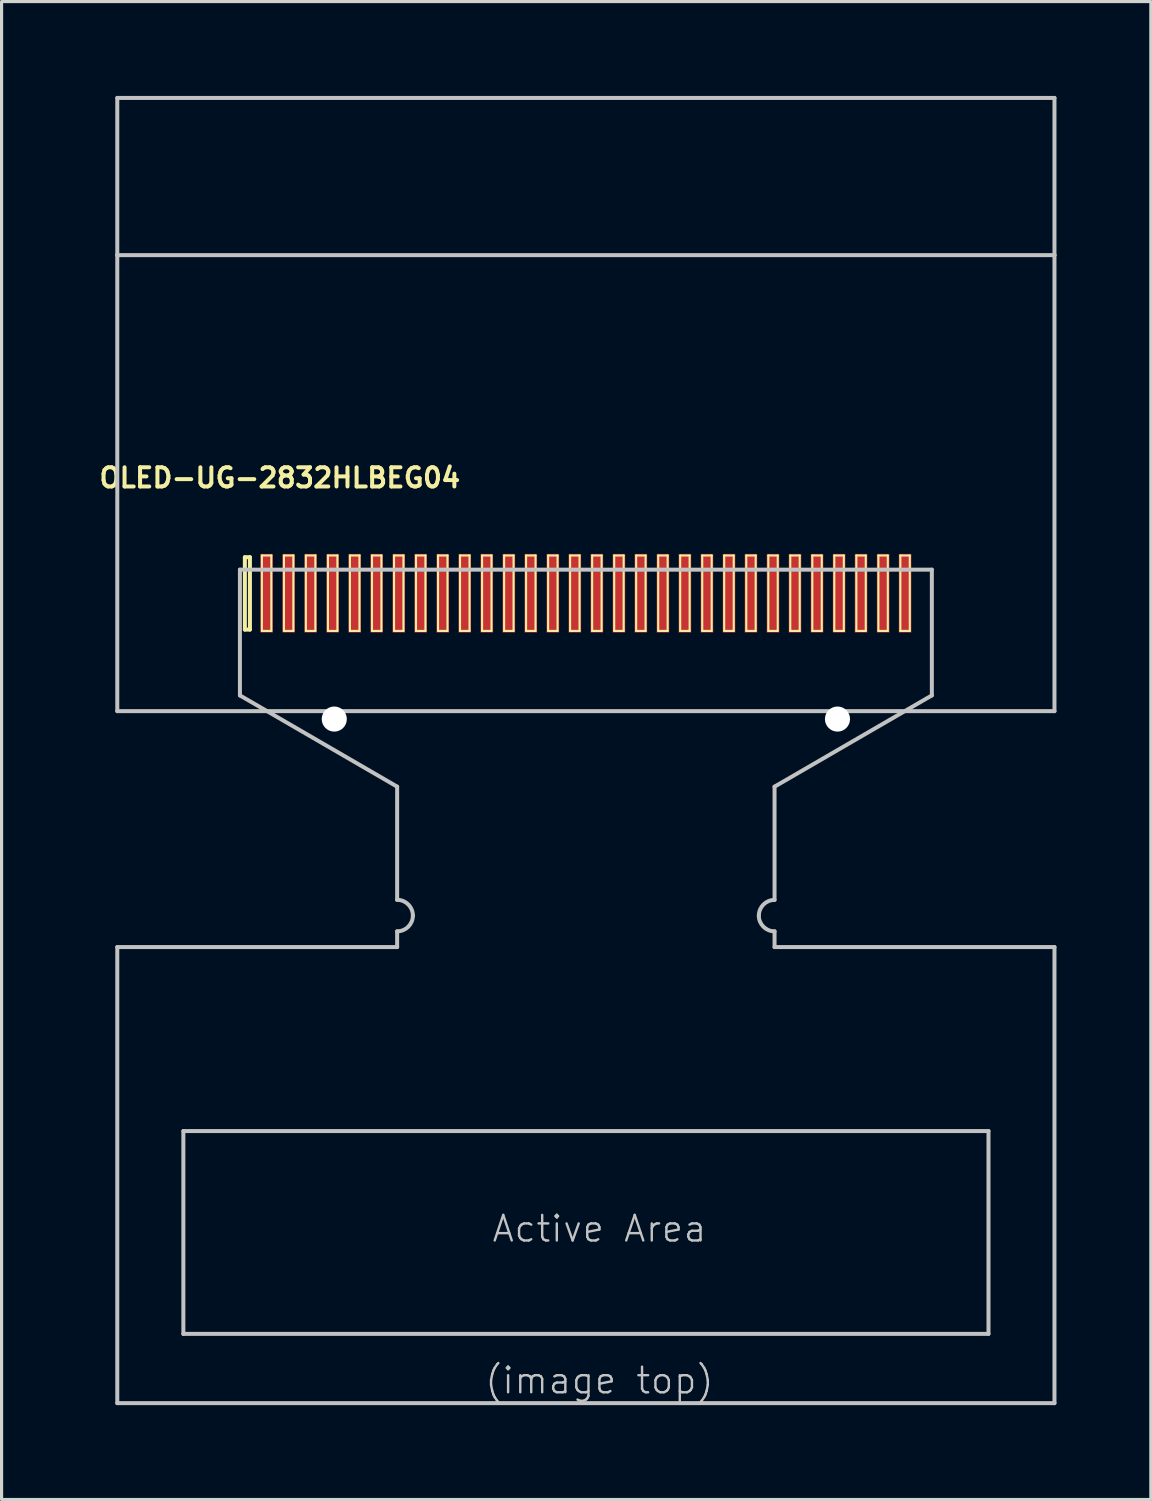
<source format=kicad_pcb>
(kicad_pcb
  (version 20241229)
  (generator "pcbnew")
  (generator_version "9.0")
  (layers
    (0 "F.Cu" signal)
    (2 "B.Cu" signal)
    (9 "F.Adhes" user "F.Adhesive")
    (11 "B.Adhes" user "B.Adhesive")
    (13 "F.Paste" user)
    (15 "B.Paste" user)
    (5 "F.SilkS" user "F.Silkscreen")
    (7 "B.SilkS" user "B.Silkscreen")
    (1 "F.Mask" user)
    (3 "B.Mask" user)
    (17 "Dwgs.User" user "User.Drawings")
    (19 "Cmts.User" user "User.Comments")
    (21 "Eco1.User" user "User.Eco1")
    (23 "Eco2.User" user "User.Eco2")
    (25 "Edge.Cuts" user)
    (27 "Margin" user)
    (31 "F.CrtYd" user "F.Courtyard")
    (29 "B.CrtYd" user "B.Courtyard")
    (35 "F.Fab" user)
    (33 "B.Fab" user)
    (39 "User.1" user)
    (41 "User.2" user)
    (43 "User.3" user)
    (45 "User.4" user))
  (footprint "OLED-UG-2832HLBEG04"
    (layer "F.Cu")
    (at 4.578 15.062)
    (property "Reference" "OLED-UG-2832HLBEG04" (at 1.27 -2.921 0) (layer "F.SilkS") (effects (font (size 0.61 0.61) (thickness 0.127))))
    (attr smd)
    (fp_line (start 0.157 -0.396) (end 0.157 1.905) (stroke (width 0.127) (type solid)) (layer "F.SilkS"))
    (fp_line (start 0.157 1.905) (end 0.318 1.905) (stroke (width 0.127) (type solid)) (layer "F.SilkS"))
    (fp_line (start 0.318 -0.396) (end 0.157 -0.396) (stroke (width 0.127) (type solid)) (layer "F.SilkS"))
    (fp_line (start 0.318 1.905) (end 0.318 -0.396) (stroke (width 0.127) (type solid)) (layer "F.SilkS"))
    (fp_line (start 0.699 -0.45) (end 0.998 -0.45) (stroke (width 0.066) (type solid)) (layer "F.SilkS"))
    (fp_line (start 0.699 1.948) (end 0.699 -0.45) (stroke (width 0.066) (type solid)) (layer "F.SilkS"))
    (fp_line (start 0.699 1.948) (end 0.998 1.948) (stroke (width 0.066) (type solid)) (layer "F.SilkS"))
    (fp_line (start 0.998 1.948) (end 0.998 -0.45) (stroke (width 0.066) (type solid)) (layer "F.SilkS"))
    (fp_line (start 1.4 -0.45) (end 1.699 -0.45) (stroke (width 0.066) (type solid)) (layer "F.SilkS"))
    (fp_line (start 1.4 1.948) (end 1.4 -0.45) (stroke (width 0.066) (type solid)) (layer "F.SilkS"))
    (fp_line (start 1.4 1.948) (end 1.699 1.948) (stroke (width 0.066) (type solid)) (layer "F.SilkS"))
    (fp_line (start 1.699 1.948) (end 1.699 -0.45) (stroke (width 0.066) (type solid)) (layer "F.SilkS"))
    (fp_line (start 2.098 -0.45) (end 2.398 -0.45) (stroke (width 0.066) (type solid)) (layer "F.SilkS"))
    (fp_line (start 2.098 1.948) (end 2.098 -0.45) (stroke (width 0.066) (type solid)) (layer "F.SilkS"))
    (fp_line (start 2.098 1.948) (end 2.398 1.948) (stroke (width 0.066) (type solid)) (layer "F.SilkS"))
    (fp_line (start 2.398 1.948) (end 2.398 -0.45) (stroke (width 0.066) (type solid)) (layer "F.SilkS"))
    (fp_line (start 2.799 -0.45) (end 3.099 -0.45) (stroke (width 0.066) (type solid)) (layer "F.SilkS"))
    (fp_line (start 2.799 1.948) (end 2.799 -0.45) (stroke (width 0.066) (type solid)) (layer "F.SilkS"))
    (fp_line (start 2.799 1.948) (end 3.099 1.948) (stroke (width 0.066) (type solid)) (layer "F.SilkS"))
    (fp_line (start 3.099 1.948) (end 3.099 -0.45) (stroke (width 0.066) (type solid)) (layer "F.SilkS"))
    (fp_line (start 3.498 -0.45) (end 3.8 -0.45) (stroke (width 0.066) (type solid)) (layer "F.SilkS"))
    (fp_line (start 3.498 1.948) (end 3.498 -0.45) (stroke (width 0.066) (type solid)) (layer "F.SilkS"))
    (fp_line (start 3.498 1.948) (end 3.8 1.948) (stroke (width 0.066) (type solid)) (layer "F.SilkS"))
    (fp_line (start 3.8 1.948) (end 3.8 -0.45) (stroke (width 0.066) (type solid)) (layer "F.SilkS"))
    (fp_line (start 4.199 -0.45) (end 4.498 -0.45) (stroke (width 0.066) (type solid)) (layer "F.SilkS"))
    (fp_line (start 4.199 1.948) (end 4.199 -0.45) (stroke (width 0.066) (type solid)) (layer "F.SilkS"))
    (fp_line (start 4.199 1.948) (end 4.498 1.948) (stroke (width 0.066) (type solid)) (layer "F.SilkS"))
    (fp_line (start 4.498 1.948) (end 4.498 -0.45) (stroke (width 0.066) (type solid)) (layer "F.SilkS"))
    (fp_line (start 4.9 -0.45) (end 5.199 -0.45) (stroke (width 0.066) (type solid)) (layer "F.SilkS"))
    (fp_line (start 4.9 1.948) (end 4.9 -0.45) (stroke (width 0.066) (type solid)) (layer "F.SilkS"))
    (fp_line (start 4.9 1.948) (end 5.199 1.948) (stroke (width 0.066) (type solid)) (layer "F.SilkS"))
    (fp_line (start 5.199 1.948) (end 5.199 -0.45) (stroke (width 0.066) (type solid)) (layer "F.SilkS"))
    (fp_line (start 5.598 -0.45) (end 5.898 -0.45) (stroke (width 0.066) (type solid)) (layer "F.SilkS"))
    (fp_line (start 5.598 1.948) (end 5.598 -0.45) (stroke (width 0.066) (type solid)) (layer "F.SilkS"))
    (fp_line (start 5.598 1.948) (end 5.898 1.948) (stroke (width 0.066) (type solid)) (layer "F.SilkS"))
    (fp_line (start 5.898 1.948) (end 5.898 -0.45) (stroke (width 0.066) (type solid)) (layer "F.SilkS"))
    (fp_line (start 6.299 -0.45) (end 6.599 -0.45) (stroke (width 0.066) (type solid)) (layer "F.SilkS"))
    (fp_line (start 6.299 1.948) (end 6.299 -0.45) (stroke (width 0.066) (type solid)) (layer "F.SilkS"))
    (fp_line (start 6.299 1.948) (end 6.599 1.948) (stroke (width 0.066) (type solid)) (layer "F.SilkS"))
    (fp_line (start 6.599 1.948) (end 6.599 -0.45) (stroke (width 0.066) (type solid)) (layer "F.SilkS"))
    (fp_line (start 6.998 -0.45) (end 7.3 -0.45) (stroke (width 0.066) (type solid)) (layer "F.SilkS"))
    (fp_line (start 6.998 1.948) (end 6.998 -0.45) (stroke (width 0.066) (type solid)) (layer "F.SilkS"))
    (fp_line (start 6.998 1.948) (end 7.3 1.948) (stroke (width 0.066) (type solid)) (layer "F.SilkS"))
    (fp_line (start 7.3 1.948) (end 7.3 -0.45) (stroke (width 0.066) (type solid)) (layer "F.SilkS"))
    (fp_line (start 7.699 -0.45) (end 7.998 -0.45) (stroke (width 0.066) (type solid)) (layer "F.SilkS"))
    (fp_line (start 7.699 1.948) (end 7.699 -0.45) (stroke (width 0.066) (type solid)) (layer "F.SilkS"))
    (fp_line (start 7.699 1.948) (end 7.998 1.948) (stroke (width 0.066) (type solid)) (layer "F.SilkS"))
    (fp_line (start 7.998 1.948) (end 7.998 -0.45) (stroke (width 0.066) (type solid)) (layer "F.SilkS"))
    (fp_line (start 8.4 -0.45) (end 8.7 -0.45) (stroke (width 0.066) (type solid)) (layer "F.SilkS"))
    (fp_line (start 8.4 1.948) (end 8.4 -0.45) (stroke (width 0.066) (type solid)) (layer "F.SilkS"))
    (fp_line (start 8.4 1.948) (end 8.7 1.948) (stroke (width 0.066) (type solid)) (layer "F.SilkS"))
    (fp_line (start 8.7 1.948) (end 8.7 -0.45) (stroke (width 0.066) (type solid)) (layer "F.SilkS"))
    (fp_line (start 9.098 -0.45) (end 9.398 -0.45) (stroke (width 0.066) (type solid)) (layer "F.SilkS"))
    (fp_line (start 9.098 1.948) (end 9.098 -0.45) (stroke (width 0.066) (type solid)) (layer "F.SilkS"))
    (fp_line (start 9.098 1.948) (end 9.398 1.948) (stroke (width 0.066) (type solid)) (layer "F.SilkS"))
    (fp_line (start 9.398 1.948) (end 9.398 -0.45) (stroke (width 0.066) (type solid)) (layer "F.SilkS"))
    (fp_line (start 9.799 -0.45) (end 10.099 -0.45) (stroke (width 0.066) (type solid)) (layer "F.SilkS"))
    (fp_line (start 9.799 1.948) (end 9.799 -0.45) (stroke (width 0.066) (type solid)) (layer "F.SilkS"))
    (fp_line (start 9.799 1.948) (end 10.099 1.948) (stroke (width 0.066) (type solid)) (layer "F.SilkS"))
    (fp_line (start 10.099 1.948) (end 10.099 -0.45) (stroke (width 0.066) (type solid)) (layer "F.SilkS"))
    (fp_line (start 10.498 -0.45) (end 10.798 -0.45) (stroke (width 0.066) (type solid)) (layer "F.SilkS"))
    (fp_line (start 10.498 1.948) (end 10.498 -0.45) (stroke (width 0.066) (type solid)) (layer "F.SilkS"))
    (fp_line (start 10.498 1.948) (end 10.798 1.948) (stroke (width 0.066) (type solid)) (layer "F.SilkS"))
    (fp_line (start 10.798 1.948) (end 10.798 -0.45) (stroke (width 0.066) (type solid)) (layer "F.SilkS"))
    (fp_line (start 11.199 -0.45) (end 11.499 -0.45) (stroke (width 0.066) (type solid)) (layer "F.SilkS"))
    (fp_line (start 11.199 1.948) (end 11.199 -0.45) (stroke (width 0.066) (type solid)) (layer "F.SilkS"))
    (fp_line (start 11.199 1.948) (end 11.499 1.948) (stroke (width 0.066) (type solid)) (layer "F.SilkS"))
    (fp_line (start 11.499 1.948) (end 11.499 -0.45) (stroke (width 0.066) (type solid)) (layer "F.SilkS"))
    (fp_line (start 11.9 -0.45) (end 12.2 -0.45) (stroke (width 0.066) (type solid)) (layer "F.SilkS"))
    (fp_line (start 11.9 1.948) (end 11.9 -0.45) (stroke (width 0.066) (type solid)) (layer "F.SilkS"))
    (fp_line (start 11.9 1.948) (end 12.2 1.948) (stroke (width 0.066) (type solid)) (layer "F.SilkS"))
    (fp_line (start 12.2 1.948) (end 12.2 -0.45) (stroke (width 0.066) (type solid)) (layer "F.SilkS"))
    (fp_line (start 12.598 -0.45) (end 12.898 -0.45) (stroke (width 0.066) (type solid)) (layer "F.SilkS"))
    (fp_line (start 12.598 1.948) (end 12.598 -0.45) (stroke (width 0.066) (type solid)) (layer "F.SilkS"))
    (fp_line (start 12.598 1.948) (end 12.898 1.948) (stroke (width 0.066) (type solid)) (layer "F.SilkS"))
    (fp_line (start 12.898 1.948) (end 12.898 -0.45) (stroke (width 0.066) (type solid)) (layer "F.SilkS"))
    (fp_line (start 13.299 -0.45) (end 13.599 -0.45) (stroke (width 0.066) (type solid)) (layer "F.SilkS"))
    (fp_line (start 13.299 1.948) (end 13.299 -0.45) (stroke (width 0.066) (type solid)) (layer "F.SilkS"))
    (fp_line (start 13.299 1.948) (end 13.599 1.948) (stroke (width 0.066) (type solid)) (layer "F.SilkS"))
    (fp_line (start 13.599 1.948) (end 13.599 -0.45) (stroke (width 0.066) (type solid)) (layer "F.SilkS"))
    (fp_line (start 13.998 -0.45) (end 14.298 -0.45) (stroke (width 0.066) (type solid)) (layer "F.SilkS"))
    (fp_line (start 13.998 1.948) (end 13.998 -0.45) (stroke (width 0.066) (type solid)) (layer "F.SilkS"))
    (fp_line (start 13.998 1.948) (end 14.298 1.948) (stroke (width 0.066) (type solid)) (layer "F.SilkS"))
    (fp_line (start 14.298 1.948) (end 14.298 -0.45) (stroke (width 0.066) (type solid)) (layer "F.SilkS"))
    (fp_line (start 14.699 -0.45) (end 14.999 -0.45) (stroke (width 0.066) (type solid)) (layer "F.SilkS"))
    (fp_line (start 14.699 1.948) (end 14.699 -0.45) (stroke (width 0.066) (type solid)) (layer "F.SilkS"))
    (fp_line (start 14.699 1.948) (end 14.999 1.948) (stroke (width 0.066) (type solid)) (layer "F.SilkS"))
    (fp_line (start 14.999 1.948) (end 14.999 -0.45) (stroke (width 0.066) (type solid)) (layer "F.SilkS"))
    (fp_line (start 15.397 -0.45) (end 15.7 -0.45) (stroke (width 0.066) (type solid)) (layer "F.SilkS"))
    (fp_line (start 15.397 1.948) (end 15.397 -0.45) (stroke (width 0.066) (type solid)) (layer "F.SilkS"))
    (fp_line (start 15.397 1.948) (end 15.7 1.948) (stroke (width 0.066) (type solid)) (layer "F.SilkS"))
    (fp_line (start 15.7 1.948) (end 15.7 -0.45) (stroke (width 0.066) (type solid)) (layer "F.SilkS"))
    (fp_line (start 16.099 -0.45) (end 16.398 -0.45) (stroke (width 0.066) (type solid)) (layer "F.SilkS"))
    (fp_line (start 16.099 1.948) (end 16.099 -0.45) (stroke (width 0.066) (type solid)) (layer "F.SilkS"))
    (fp_line (start 16.099 1.948) (end 16.398 1.948) (stroke (width 0.066) (type solid)) (layer "F.SilkS"))
    (fp_line (start 16.398 1.948) (end 16.398 -0.45) (stroke (width 0.066) (type solid)) (layer "F.SilkS"))
    (fp_line (start 16.8 -0.45) (end 17.099 -0.45) (stroke (width 0.066) (type solid)) (layer "F.SilkS"))
    (fp_line (start 16.8 1.948) (end 16.8 -0.45) (stroke (width 0.066) (type solid)) (layer "F.SilkS"))
    (fp_line (start 16.8 1.948) (end 17.099 1.948) (stroke (width 0.066) (type solid)) (layer "F.SilkS"))
    (fp_line (start 17.099 1.948) (end 17.099 -0.45) (stroke (width 0.066) (type solid)) (layer "F.SilkS"))
    (fp_line (start 17.498 -0.45) (end 17.798 -0.45) (stroke (width 0.066) (type solid)) (layer "F.SilkS"))
    (fp_line (start 17.498 1.948) (end 17.498 -0.45) (stroke (width 0.066) (type solid)) (layer "F.SilkS"))
    (fp_line (start 17.498 1.948) (end 17.798 1.948) (stroke (width 0.066) (type solid)) (layer "F.SilkS"))
    (fp_line (start 17.798 1.948) (end 17.798 -0.45) (stroke (width 0.066) (type solid)) (layer "F.SilkS"))
    (fp_line (start 18.199 -0.45) (end 18.499 -0.45) (stroke (width 0.066) (type solid)) (layer "F.SilkS"))
    (fp_line (start 18.199 1.948) (end 18.199 -0.45) (stroke (width 0.066) (type solid)) (layer "F.SilkS"))
    (fp_line (start 18.199 1.948) (end 18.499 1.948) (stroke (width 0.066) (type solid)) (layer "F.SilkS"))
    (fp_line (start 18.499 1.948) (end 18.499 -0.45) (stroke (width 0.066) (type solid)) (layer "F.SilkS"))
    (fp_line (start 18.898 -0.45) (end 19.2 -0.45) (stroke (width 0.066) (type solid)) (layer "F.SilkS"))
    (fp_line (start 18.898 1.948) (end 18.898 -0.45) (stroke (width 0.066) (type solid)) (layer "F.SilkS"))
    (fp_line (start 18.898 1.948) (end 19.2 1.948) (stroke (width 0.066) (type solid)) (layer "F.SilkS"))
    (fp_line (start 19.2 1.948) (end 19.2 -0.45) (stroke (width 0.066) (type solid)) (layer "F.SilkS"))
    (fp_line (start 19.599 -0.45) (end 19.898 -0.45) (stroke (width 0.066) (type solid)) (layer "F.SilkS"))
    (fp_line (start 19.599 1.948) (end 19.599 -0.45) (stroke (width 0.066) (type solid)) (layer "F.SilkS"))
    (fp_line (start 19.599 1.948) (end 19.898 1.948) (stroke (width 0.066) (type solid)) (layer "F.SilkS"))
    (fp_line (start 19.898 1.948) (end 19.898 -0.45) (stroke (width 0.066) (type solid)) (layer "F.SilkS"))
    (fp_line (start 20.3 -0.45) (end 20.599 -0.45) (stroke (width 0.066) (type solid)) (layer "F.SilkS"))
    (fp_line (start 20.3 1.948) (end 20.3 -0.45) (stroke (width 0.066) (type solid)) (layer "F.SilkS"))
    (fp_line (start 20.3 1.948) (end 20.599 1.948) (stroke (width 0.066) (type solid)) (layer "F.SilkS"))
    (fp_line (start 20.599 1.948) (end 20.599 -0.45) (stroke (width 0.066) (type solid)) (layer "F.SilkS"))
    (fp_line (start 20.998 -0.45) (end 21.298 -0.45) (stroke (width 0.066) (type solid)) (layer "F.SilkS"))
    (fp_line (start 20.998 1.948) (end 20.998 -0.45) (stroke (width 0.066) (type solid)) (layer "F.SilkS"))
    (fp_line (start 20.998 1.948) (end 21.298 1.948) (stroke (width 0.066) (type solid)) (layer "F.SilkS"))
    (fp_line (start 21.298 1.948) (end 21.298 -0.45) (stroke (width 0.066) (type solid)) (layer "F.SilkS"))
    (fp_line (start -3.899 -14.999) (end 25.898 -14.999) (stroke (width 0.127) (type solid)) (layer "Dwgs.User"))
    (fp_line (start -3.899 -10) (end -3.899 -14.999) (stroke (width 0.127) (type solid)) (layer "Dwgs.User"))
    (fp_line (start -3.899 -10) (end 25.898 -10) (stroke (width 0.127) (type solid)) (layer "Dwgs.User"))
    (fp_line (start -3.899 4.498) (end -3.899 -10) (stroke (width 0.127) (type solid)) (layer "Dwgs.User"))
    (fp_line (start -3.899 11.999) (end -3.899 26.5) (stroke (width 0.127) (type solid)) (layer "Dwgs.User"))
    (fp_line (start -1.798 17.849) (end -1.798 24.298) (stroke (width 0.127) (type solid)) (layer "Dwgs.User"))
    (fp_line (start -1.798 24.298) (end 23.8 24.298) (stroke (width 0.127) (type solid)) (layer "Dwgs.User"))
    (fp_line (start 0 0) (end 0 3.998) (stroke (width 0.127) (type solid)) (layer "Dwgs.User"))
    (fp_line (start 0 3.998) (end 4.999 6.899) (stroke (width 0.127) (type solid)) (layer "Dwgs.User"))
    (fp_line (start 4.999 6.899) (end 4.999 10.498) (stroke (width 0.127) (type solid)) (layer "Dwgs.User"))
    (fp_line (start 4.999 11.499) (end 4.999 11.999) (stroke (width 0.127) (type solid)) (layer "Dwgs.User"))
    (fp_line (start 4.999 11.999) (end -3.899 11.999) (stroke (width 0.127) (type solid)) (layer "Dwgs.User"))
    (fp_line (start 16.998 6.899) (end 16.998 10.498) (stroke (width 0.127) (type solid)) (layer "Dwgs.User"))
    (fp_line (start 16.998 11.499) (end 16.998 11.999) (stroke (width 0.127) (type solid)) (layer "Dwgs.User"))
    (fp_line (start 16.998 11.999) (end 25.898 11.999) (stroke (width 0.127) (type solid)) (layer "Dwgs.User"))
    (fp_line (start 21.999 0) (end 0 0) (stroke (width 0.127) (type solid)) (layer "Dwgs.User"))
    (fp_line (start 21.999 0) (end 21.999 3.998) (stroke (width 0.127) (type solid)) (layer "Dwgs.User"))
    (fp_line (start 21.999 3.998) (end 16.998 6.899) (stroke (width 0.127) (type solid)) (layer "Dwgs.User"))
    (fp_line (start 23.8 17.849) (end -1.798 17.849) (stroke (width 0.127) (type solid)) (layer "Dwgs.User"))
    (fp_line (start 23.8 24.298) (end 23.8 17.849) (stroke (width 0.127) (type solid)) (layer "Dwgs.User"))
    (fp_line (start 25.898 -14.999) (end 25.898 -10) (stroke (width 0.127) (type solid)) (layer "Dwgs.User"))
    (fp_line (start 25.898 -10) (end 25.898 4.498) (stroke (width 0.127) (type solid)) (layer "Dwgs.User"))
    (fp_line (start 25.898 4.498) (end -3.899 4.498) (stroke (width 0.127) (type solid)) (layer "Dwgs.User"))
    (fp_line (start 25.898 11.999) (end 25.898 26.5) (stroke (width 0.127) (type solid)) (layer "Dwgs.User"))
    (fp_line (start 25.898 26.5) (end -3.899 26.5) (stroke (width 0.127) (type solid)) (layer "Dwgs.User"))
    (fp_arc (start 4.99872 10.49782) (mid 5.352542 10.644378) (end 5.4991 10.9982) (stroke (width 0.127) (type solid)) (layer "Dwgs.User"))
    (fp_arc (start 5.4991 10.9982) (mid 5.352542 11.352022) (end 4.99872 11.49858) (stroke (width 0.127) (type solid)) (layer "Dwgs.User"))
    (fp_arc (start 16.49984 10.9982) (mid 16.645654 10.646174) (end 16.99768 10.50036) (stroke (width 0.127) (type solid)) (layer "Dwgs.User"))
    (fp_arc (start 16.99768 11.49858) (mid 16.643858 11.352022) (end 16.4973 10.9982) (stroke (width 0.127) (type solid)) (layer "Dwgs.User"))
    (fp_text user "(image top)" (at 11.43 25.781 0) (layer "Dwgs.User") (effects (font (size 0.813 0.813) (thickness 0.076))))
    (fp_text user "Active Area\n" (at 11.43 20.955 0) (layer "Dwgs.User") (effects (font (size 0.813 0.813) (thickness 0.076))))
    (pad "" np_thru_hole circle (at 3 4.75) (size 0.798 0.798) (drill 0.798) (layers "*.Cu" "*.Mask"))
    (pad "" np_thru_hole circle (at 18.999 4.75) (size 0.798 0.798) (drill 0.798) (layers "*.Cu" "*.Mask"))
    (pad "1" smd rect (at 0.848 0.749) (size 0.399 2.499) (layers "F.Cu" "F.Mask" "F.Paste"))
    (pad "2" smd rect (at 1.549 0.749) (size 0.399 2.499) (layers "F.Cu" "F.Mask" "F.Paste"))
    (pad "3" smd rect (at 2.248 0.749) (size 0.399 2.499) (layers "F.Cu" "F.Mask" "F.Paste"))
    (pad "4" smd rect (at 2.949 0.749) (size 0.399 2.499) (layers "F.Cu" "F.Mask" "F.Paste"))
    (pad "5" smd rect (at 3.65 0.749) (size 0.399 2.499) (layers "F.Cu" "F.Mask" "F.Paste"))
    (pad "6" smd rect (at 4.348 0.749) (size 0.399 2.499) (layers "F.Cu" "F.Mask" "F.Paste"))
    (pad "7" smd rect (at 5.05 0.749) (size 0.399 2.499) (layers "F.Cu" "F.Mask" "F.Paste"))
    (pad "8" smd rect (at 5.748 0.749) (size 0.399 2.499) (layers "F.Cu" "F.Mask" "F.Paste"))
    (pad "9" smd rect (at 6.449 0.749) (size 0.399 2.499) (layers "F.Cu" "F.Mask" "F.Paste"))
    (pad "10" smd rect (at 7.148 0.749) (size 0.399 2.499) (layers "F.Cu" "F.Mask" "F.Paste"))
    (pad "11" smd rect (at 7.849 0.749) (size 0.399 2.499) (layers "F.Cu" "F.Mask" "F.Paste"))
    (pad "12" smd rect (at 8.55 0.749) (size 0.399 2.499) (layers "F.Cu" "F.Mask" "F.Paste"))
    (pad "13" smd rect (at 9.248 0.749) (size 0.399 2.499) (layers "F.Cu" "F.Mask" "F.Paste"))
    (pad "14" smd rect (at 9.949 0.749) (size 0.399 2.499) (layers "F.Cu" "F.Mask" "F.Paste"))
    (pad "15" smd rect (at 10.648 0.749) (size 0.399 2.499) (layers "F.Cu" "F.Mask" "F.Paste"))
    (pad "16" smd rect (at 11.349 0.749) (size 0.399 2.499) (layers "F.Cu" "F.Mask" "F.Paste"))
    (pad "17" smd rect (at 12.05 0.749) (size 0.399 2.499) (layers "F.Cu" "F.Mask" "F.Paste"))
    (pad "18" smd rect (at 12.748 0.749) (size 0.399 2.499) (layers "F.Cu" "F.Mask" "F.Paste"))
    (pad "19" smd rect (at 13.449 0.749) (size 0.399 2.499) (layers "F.Cu" "F.Mask" "F.Paste"))
    (pad "20" smd rect (at 14.148 0.749) (size 0.399 2.499) (layers "F.Cu" "F.Mask" "F.Paste"))
    (pad "21" smd rect (at 14.849 0.749) (size 0.399 2.499) (layers "F.Cu" "F.Mask" "F.Paste"))
    (pad "22" smd rect (at 15.55 0.749) (size 0.399 2.499) (layers "F.Cu" "F.Mask" "F.Paste"))
    (pad "23" smd rect (at 16.248 0.749) (size 0.399 2.499) (layers "F.Cu" "F.Mask" "F.Paste"))
    (pad "24" smd rect (at 16.949 0.749) (size 0.399 2.499) (layers "F.Cu" "F.Mask" "F.Paste"))
    (pad "25" smd rect (at 17.648 0.749) (size 0.399 2.499) (layers "F.Cu" "F.Mask" "F.Paste"))
    (pad "26" smd rect (at 18.349 0.749) (size 0.399 2.499) (layers "F.Cu" "F.Mask" "F.Paste"))
    (pad "27" smd rect (at 19.05 0.749) (size 0.399 2.499) (layers "F.Cu" "F.Mask" "F.Paste"))
    (pad "28" smd rect (at 19.748 0.749) (size 0.399 2.499) (layers "F.Cu" "F.Mask" "F.Paste"))
    (pad "29" smd rect (at 20.45 0.749) (size 0.399 2.499) (layers "F.Cu" "F.Mask" "F.Paste"))
    (pad "30" smd rect (at 21.148 0.749) (size 0.399 2.499) (layers "F.Cu" "F.Mask" "F.Paste")))
  (gr_rect
    (start -3 -3)
    (end 33.54 44.626)
    (stroke (width 0.1) (type default))
    (fill no)
    (layer "Edge.Cuts")))
</source>
